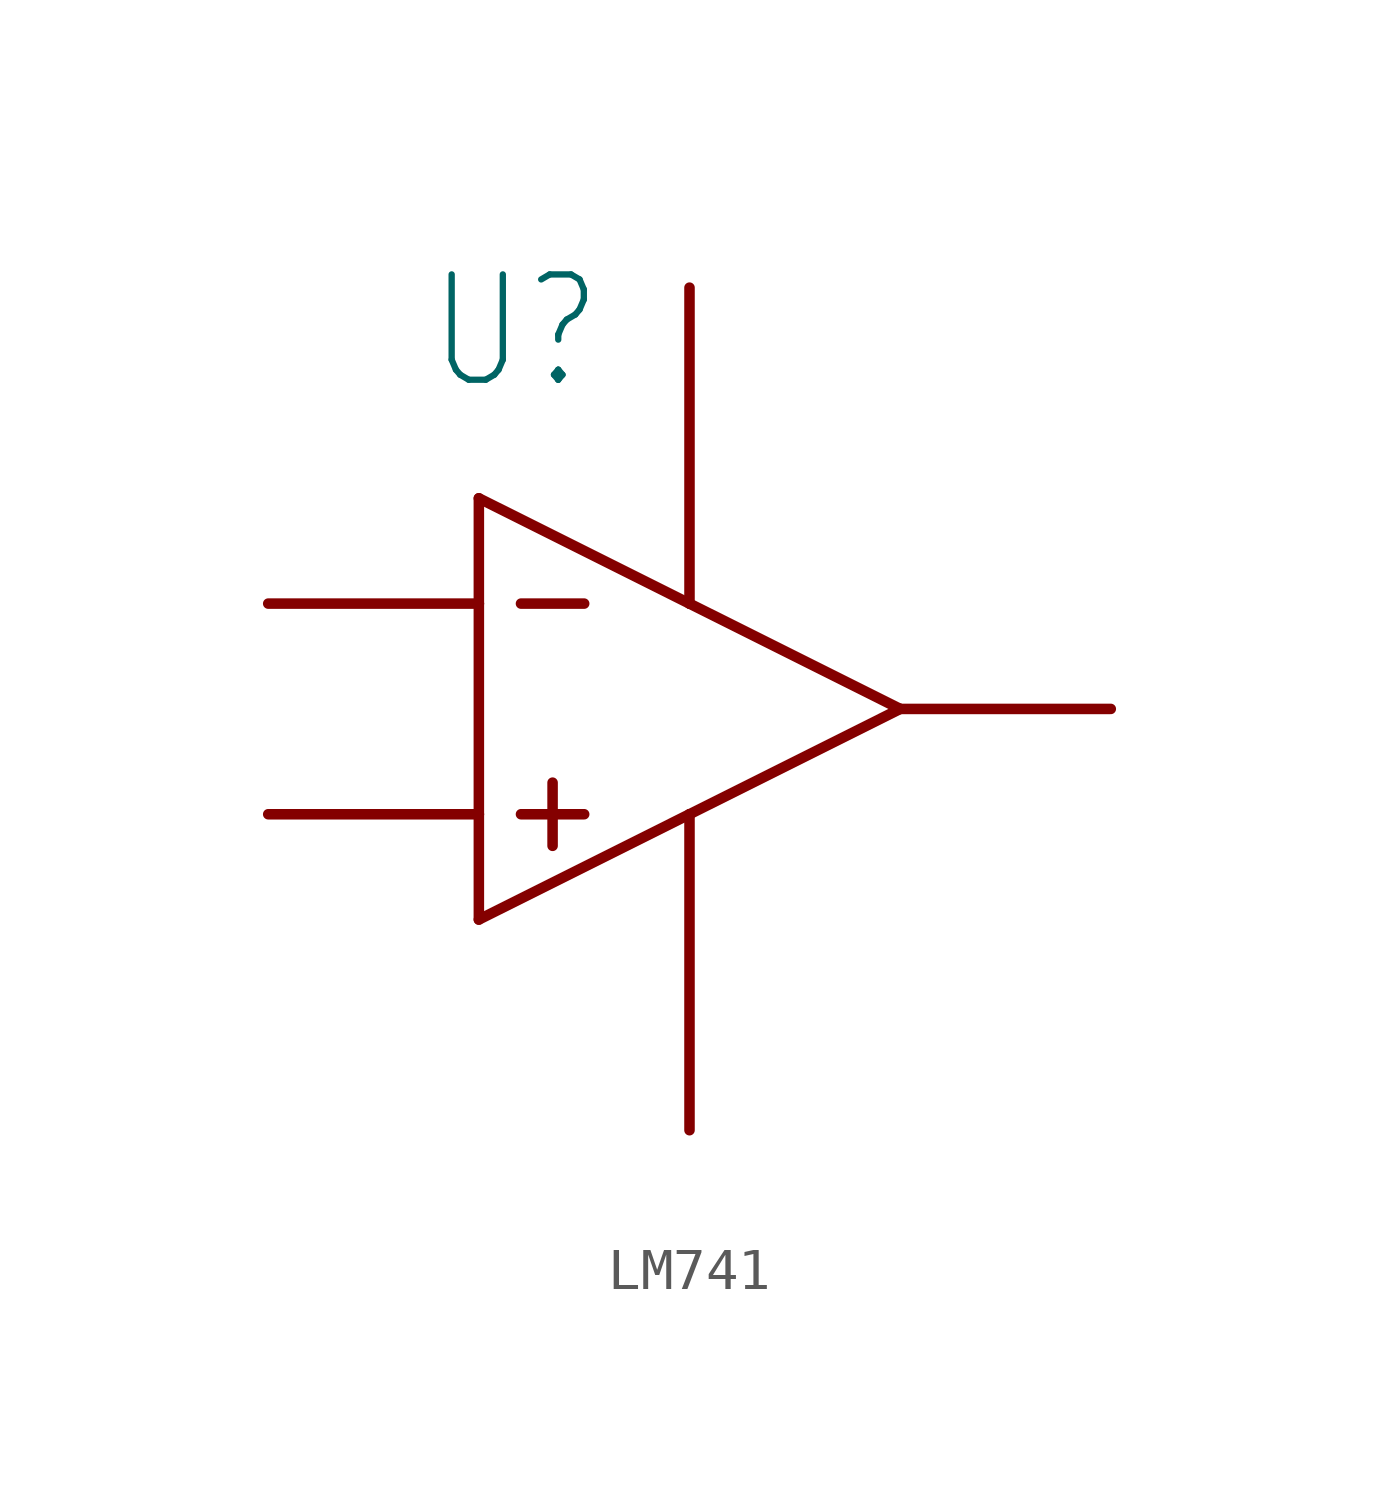
<source format=kicad_sym>
(kicad_symbol_lib
  (version 20220914)
  (generator kicad_symbol_editor)
  (symbol "LM741"
    (pin_numbers hide)
    (pin_names hide)
    (property "Reference" "U"
      (at -1.27 2.54 0)
      (effects (font (size 2.54 2.159)) (justify left bottom)))
    (symbol "LM741_1_0"
      (polyline (pts (xy 0 -10.16) (xy 5.08 -7.62)) (stroke (width 0.254) (type solid)) (fill (type none)))
      (polyline (pts (xy 0 -7.62) (xy -5.08 -7.62)) (stroke (width 0.254) (type solid)) (fill (type none)))
      (polyline (pts (xy 0 -7.62) (xy 0 -10.16)) (stroke (width 0.254) (type solid)) (fill (type none)))
      (polyline (pts (xy 0 -2.54) (xy -5.08 -2.54)) (stroke (width 0.254) (type solid)) (fill (type none)))
      (polyline (pts (xy 0 -2.54) (xy 0 -7.62)) (stroke (width 0.254) (type solid)) (fill (type none)))
      (polyline (pts (xy 0 0) (xy 0 -2.54)) (stroke (width 0.254) (type solid)) (fill (type none)))
      (polyline (pts (xy 0 0) (xy 5.08 -2.54)) (stroke (width 0.254) (type solid)) (fill (type none)))
      (polyline (pts (xy 1.016 -7.62) (xy 2.54 -7.62)) (stroke (width 0.254) (type solid)) (fill (type none)))
      (polyline (pts (xy 1.016 -2.54) (xy 2.54 -2.54)) (stroke (width 0.254) (type solid)) (fill (type none)))
      (polyline (pts (xy 1.778 -6.858) (xy 1.778 -8.382)) (stroke (width 0.254) (type solid)) (fill (type none)))
      (polyline (pts (xy 5.08 -7.62) (xy 5.08 -15.24)) (stroke (width 0.254) (type solid)) (fill (type none)))
      (polyline (pts (xy 5.08 -7.62) (xy 10.16 -5.08)) (stroke (width 0.254) (type solid)) (fill (type none)))
      (polyline (pts (xy 5.08 -2.54) (xy 5.08 5.08)) (stroke (width 0.254) (type solid)) (fill (type none)))
      (polyline (pts (xy 5.08 -2.54) (xy 10.16 -5.08)) (stroke (width 0.254) (type solid)) (fill (type none)))
      (polyline (pts (xy 10.16 -5.08) (xy 15.24 -5.08)) (stroke (width 0.254) (type solid)) (fill (type none)))
      (pin passive line (at -5.08 -2.54 0) (length 5.08) (name "IN-" (effects (font (size 0 0)))) (number "2" (effects (font (size 1.27 1.27)))))
      (pin passive line (at -5.08 -7.62 0) (length 5.08) (name "IN+" (effects (font (size 0 0)))) (number "3" (effects (font (size 1.27 1.27)))))
      (pin passive line (at 5.08 -15.24 90) (length 5.08) (name "GND" (effects (font (size 0 0)))) (number "4" (effects (font (size 1.27 1.27)))))
      (pin passive line (at 15.24 -5.08 180) (length 5.08) (name "OUT" (effects (font (size 0 0)))) (number "6" (effects (font (size 1.27 1.27)))))
      (pin passive line (at 5.08 5.08 270) (length 5.08) (name "VIN" (effects (font (size 0 0)))) (number "7" (effects (font (size 1.27 1.27))))))))
</source>
